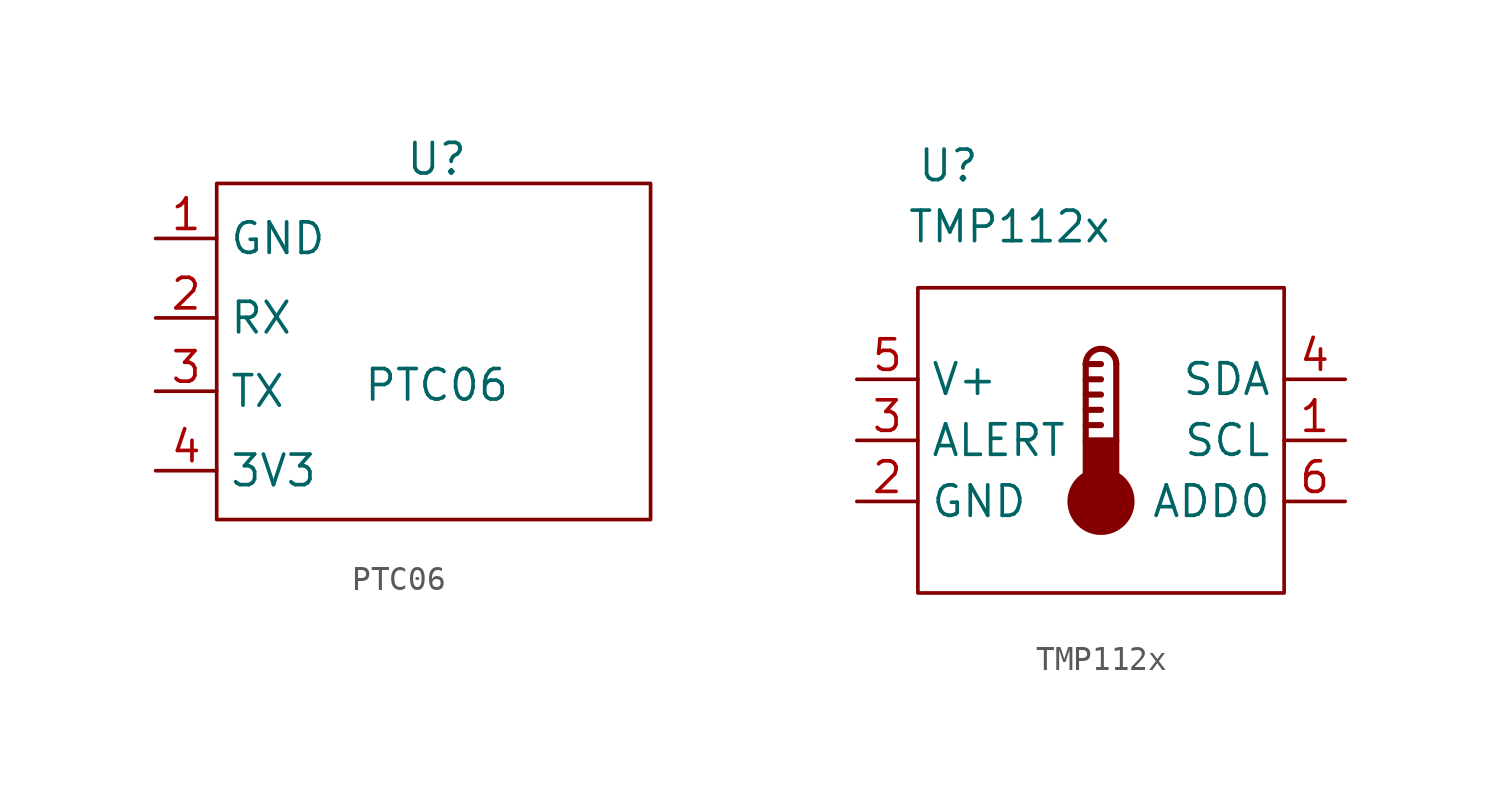
<source format=kicad_sym>
(kicad_symbol_lib
  (version 20220914)
  (generator kicad_symbol_editor)
  (symbol "PTC06"
    (property "Reference" "U"
      (at 0 7.874 0)
      (effects (font (size 1.27 1.27))))
    (property "Value" "PTC06"
      (at 0 -1.524 0)
      (effects (font (size 1.27 1.27))))
    (symbol "PTC06_0_1"
      (rectangle (start -9.144 6.858) (end 8.89 -7.112) (stroke (width 0) (type default)) (fill (type none))))
    (symbol "PTC06_1_1"
      (pin power_out line (at -11.684 4.572 0) (length 2.54) (name "GND" (effects (font (size 1.27 1.27)))) (number "1" (effects (font (size 1.27 1.27)))))
      (pin input line (at -11.684 1.27 0) (length 2.54) (name "RX" (effects (font (size 1.27 1.27)))) (number "2" (effects (font (size 1.27 1.27)))))
      (pin output line (at -11.684 -1.778 0) (length 2.54) (name "TX" (effects (font (size 1.27 1.27)))) (number "3" (effects (font (size 1.27 1.27)))))
      (pin power_in line (at -11.684 -5.08 0) (length 2.54) (name "3V3" (effects (font (size 1.27 1.27)))) (number "4" (effects (font (size 1.27 1.27)))))))
  (symbol "TMP112x"
    (property "Reference" "U"
      (at -6.35 11.43 0)
      (effects (font (size 1.27 1.27))))
    (property "Value" "TMP112x"
      (at -3.81 8.89 0)
      (effects (font (size 1.27 1.27))))
    (symbol "TMP112x_0_0"
      (pin unspecified line (at 10.16 0 180) (length 2.54) (name "SCL" (effects (font (size 1.27 1.27)))) (number "1" (effects (font (size 1.27 1.27)))))
      (pin unspecified line (at -10.16 -2.54 0) (length 2.54) (name "GND" (effects (font (size 1.27 1.27)))) (number "2" (effects (font (size 1.27 1.27)))))
      (pin unspecified line (at -10.16 0 0) (length 2.54) (name "ALERT" (effects (font (size 1.27 1.27)))) (number "3" (effects (font (size 1.27 1.27)))))
      (pin unspecified line (at 10.16 2.54 180) (length 2.54) (name "SDA" (effects (font (size 1.27 1.27)))) (number "4" (effects (font (size 1.27 1.27)))))
      (pin unspecified line (at -10.16 2.54 0) (length 2.54) (name "V+" (effects (font (size 1.27 1.27)))) (number "5" (effects (font (size 1.27 1.27)))))
      (pin unspecified line (at 10.16 -2.54 180) (length 2.54) (name "ADD0" (effects (font (size 1.27 1.27)))) (number "6" (effects (font (size 1.27 1.27))))))
    (symbol "TMP112x_0_1"
      (rectangle (start -7.62 6.35) (end 7.62 -6.35) (stroke (width 0) (type default)) (fill (type none))))
    (symbol "TMP112x_1_1"
      (circle (center 0 -2.54) (radius 1.27) (stroke (width 0.254) (type default)) (fill (type outline)))
      (polyline (pts (xy -0.635 0.635) (xy 0 0.635)) (stroke (width 0.254) (type default)) (fill (type none)))
      (polyline (pts (xy -0.635 1.27) (xy 0 1.27)) (stroke (width 0.254) (type default)) (fill (type none)))
      (polyline (pts (xy -0.635 1.905) (xy 0 1.905)) (stroke (width 0.254) (type default)) (fill (type none)))
      (polyline (pts (xy -0.635 2.54) (xy 0 2.54)) (stroke (width 0.254) (type default)) (fill (type none)))
      (polyline (pts (xy -0.635 3.175) (xy -0.635 0)) (stroke (width 0.254) (type default)) (fill (type none)))
      (polyline (pts (xy -0.635 3.175) (xy 0 3.175)) (stroke (width 0.254) (type default)) (fill (type none)))
      (polyline (pts (xy 0.635 3.175) (xy 0.635 0)) (stroke (width 0.254) (type default)) (fill (type none)))
      (rectangle (start 0.635 -1.905) (end -0.635 0) (stroke (width 0.254) (type default)) (fill (type outline)))
      (arc (start 0.635 3.175) (mid 0 3.8073) (end -0.635 3.175) (stroke (width 0.254) (type default)) (fill (type none))))))
</source>
